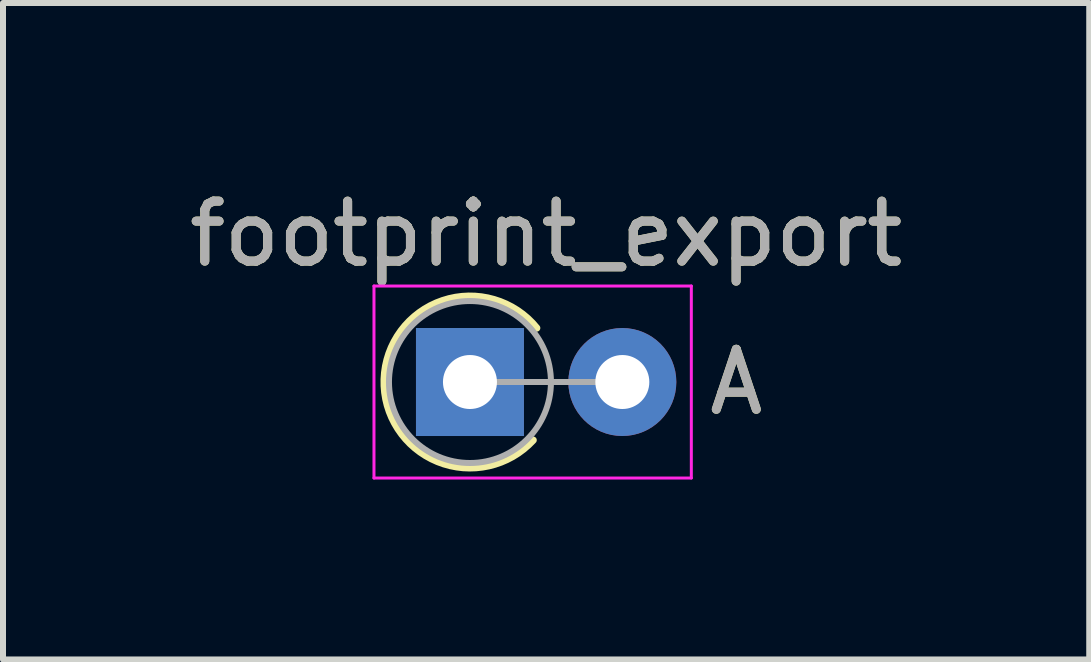
<source format=kicad_pcb>
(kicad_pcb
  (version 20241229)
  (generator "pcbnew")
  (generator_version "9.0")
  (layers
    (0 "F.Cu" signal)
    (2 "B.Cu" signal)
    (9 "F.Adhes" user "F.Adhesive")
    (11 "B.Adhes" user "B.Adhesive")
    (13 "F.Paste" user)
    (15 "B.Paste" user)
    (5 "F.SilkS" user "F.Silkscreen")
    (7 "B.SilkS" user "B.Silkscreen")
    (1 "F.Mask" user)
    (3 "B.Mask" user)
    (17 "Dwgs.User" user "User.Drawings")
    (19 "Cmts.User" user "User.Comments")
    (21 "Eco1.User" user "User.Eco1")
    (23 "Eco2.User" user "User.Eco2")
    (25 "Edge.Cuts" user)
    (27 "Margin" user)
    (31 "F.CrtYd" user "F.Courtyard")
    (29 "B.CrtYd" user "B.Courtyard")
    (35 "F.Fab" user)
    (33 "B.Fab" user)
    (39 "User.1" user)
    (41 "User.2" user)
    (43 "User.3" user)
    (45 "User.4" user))
  (footprint "footprint_export"
    (layer "F.Cu")
    (at 4.784 3.318)
    (property "Reference" "footprint_export" (at 1.27 -2.47 0) (layer "F.SilkS") (effects (font (size 1 1) (thickness 0.15))))
    (attr through_hole)
    (fp_arc (start 1.05385 0.968866) (mid -1.430816 -0.045469) (end 1.113239 -0.9) (stroke (width 0.12) (type solid)) (layer "F.SilkS"))
    (fp_line (start -1.6 -1.6) (end -1.6 1.6) (stroke (width 0.05) (type solid)) (layer "F.CrtYd"))
    (fp_line (start -1.6 1.6) (end 3.69 1.6) (stroke (width 0.05) (type solid)) (layer "F.CrtYd"))
    (fp_line (start 3.69 -1.6) (end -1.6 -1.6) (stroke (width 0.05) (type solid)) (layer "F.CrtYd"))
    (fp_line (start 3.69 1.6) (end 3.69 -1.6) (stroke (width 0.05) (type solid)) (layer "F.CrtYd"))
    (fp_line (start 0 0) (end 2.54 0) (stroke (width 0.1) (type solid)) (layer "F.Fab"))
    (fp_circle (center 0 0) (end 1.35 0) (stroke (width 0.1) (type solid)) (fill no) (layer "F.Fab"))
    (fp_text user "A" (at 4.44 0 0) (layer "F.SilkS") (effects (font (size 1 1) (thickness 0.15))))
    (fp_text user "${REFERENCE}" (at 1.27 -2.47 0) (layer "F.Fab") (effects (font (size 1 1) (thickness 0.15))))
    (fp_text user "A" (at 4.44 0 0) (layer "F.Fab") (effects (font (size 1 1) (thickness 0.15))))
    (pad "1" thru_hole rect (at 0 0) (size 1.8 1.8) (drill 0.9) (layers "*.Cu" "*.Mask"))
    (pad "2" thru_hole oval (at 2.54 0) (size 1.8 1.8) (drill 0.9) (layers "*.Cu" "*.Mask")))
  (gr_rect
    (start -3 -3)
    (end 15.107 7.943)
    (stroke (width 0.1) (type default))
    (fill no)
    (layer "Edge.Cuts")))
</source>
